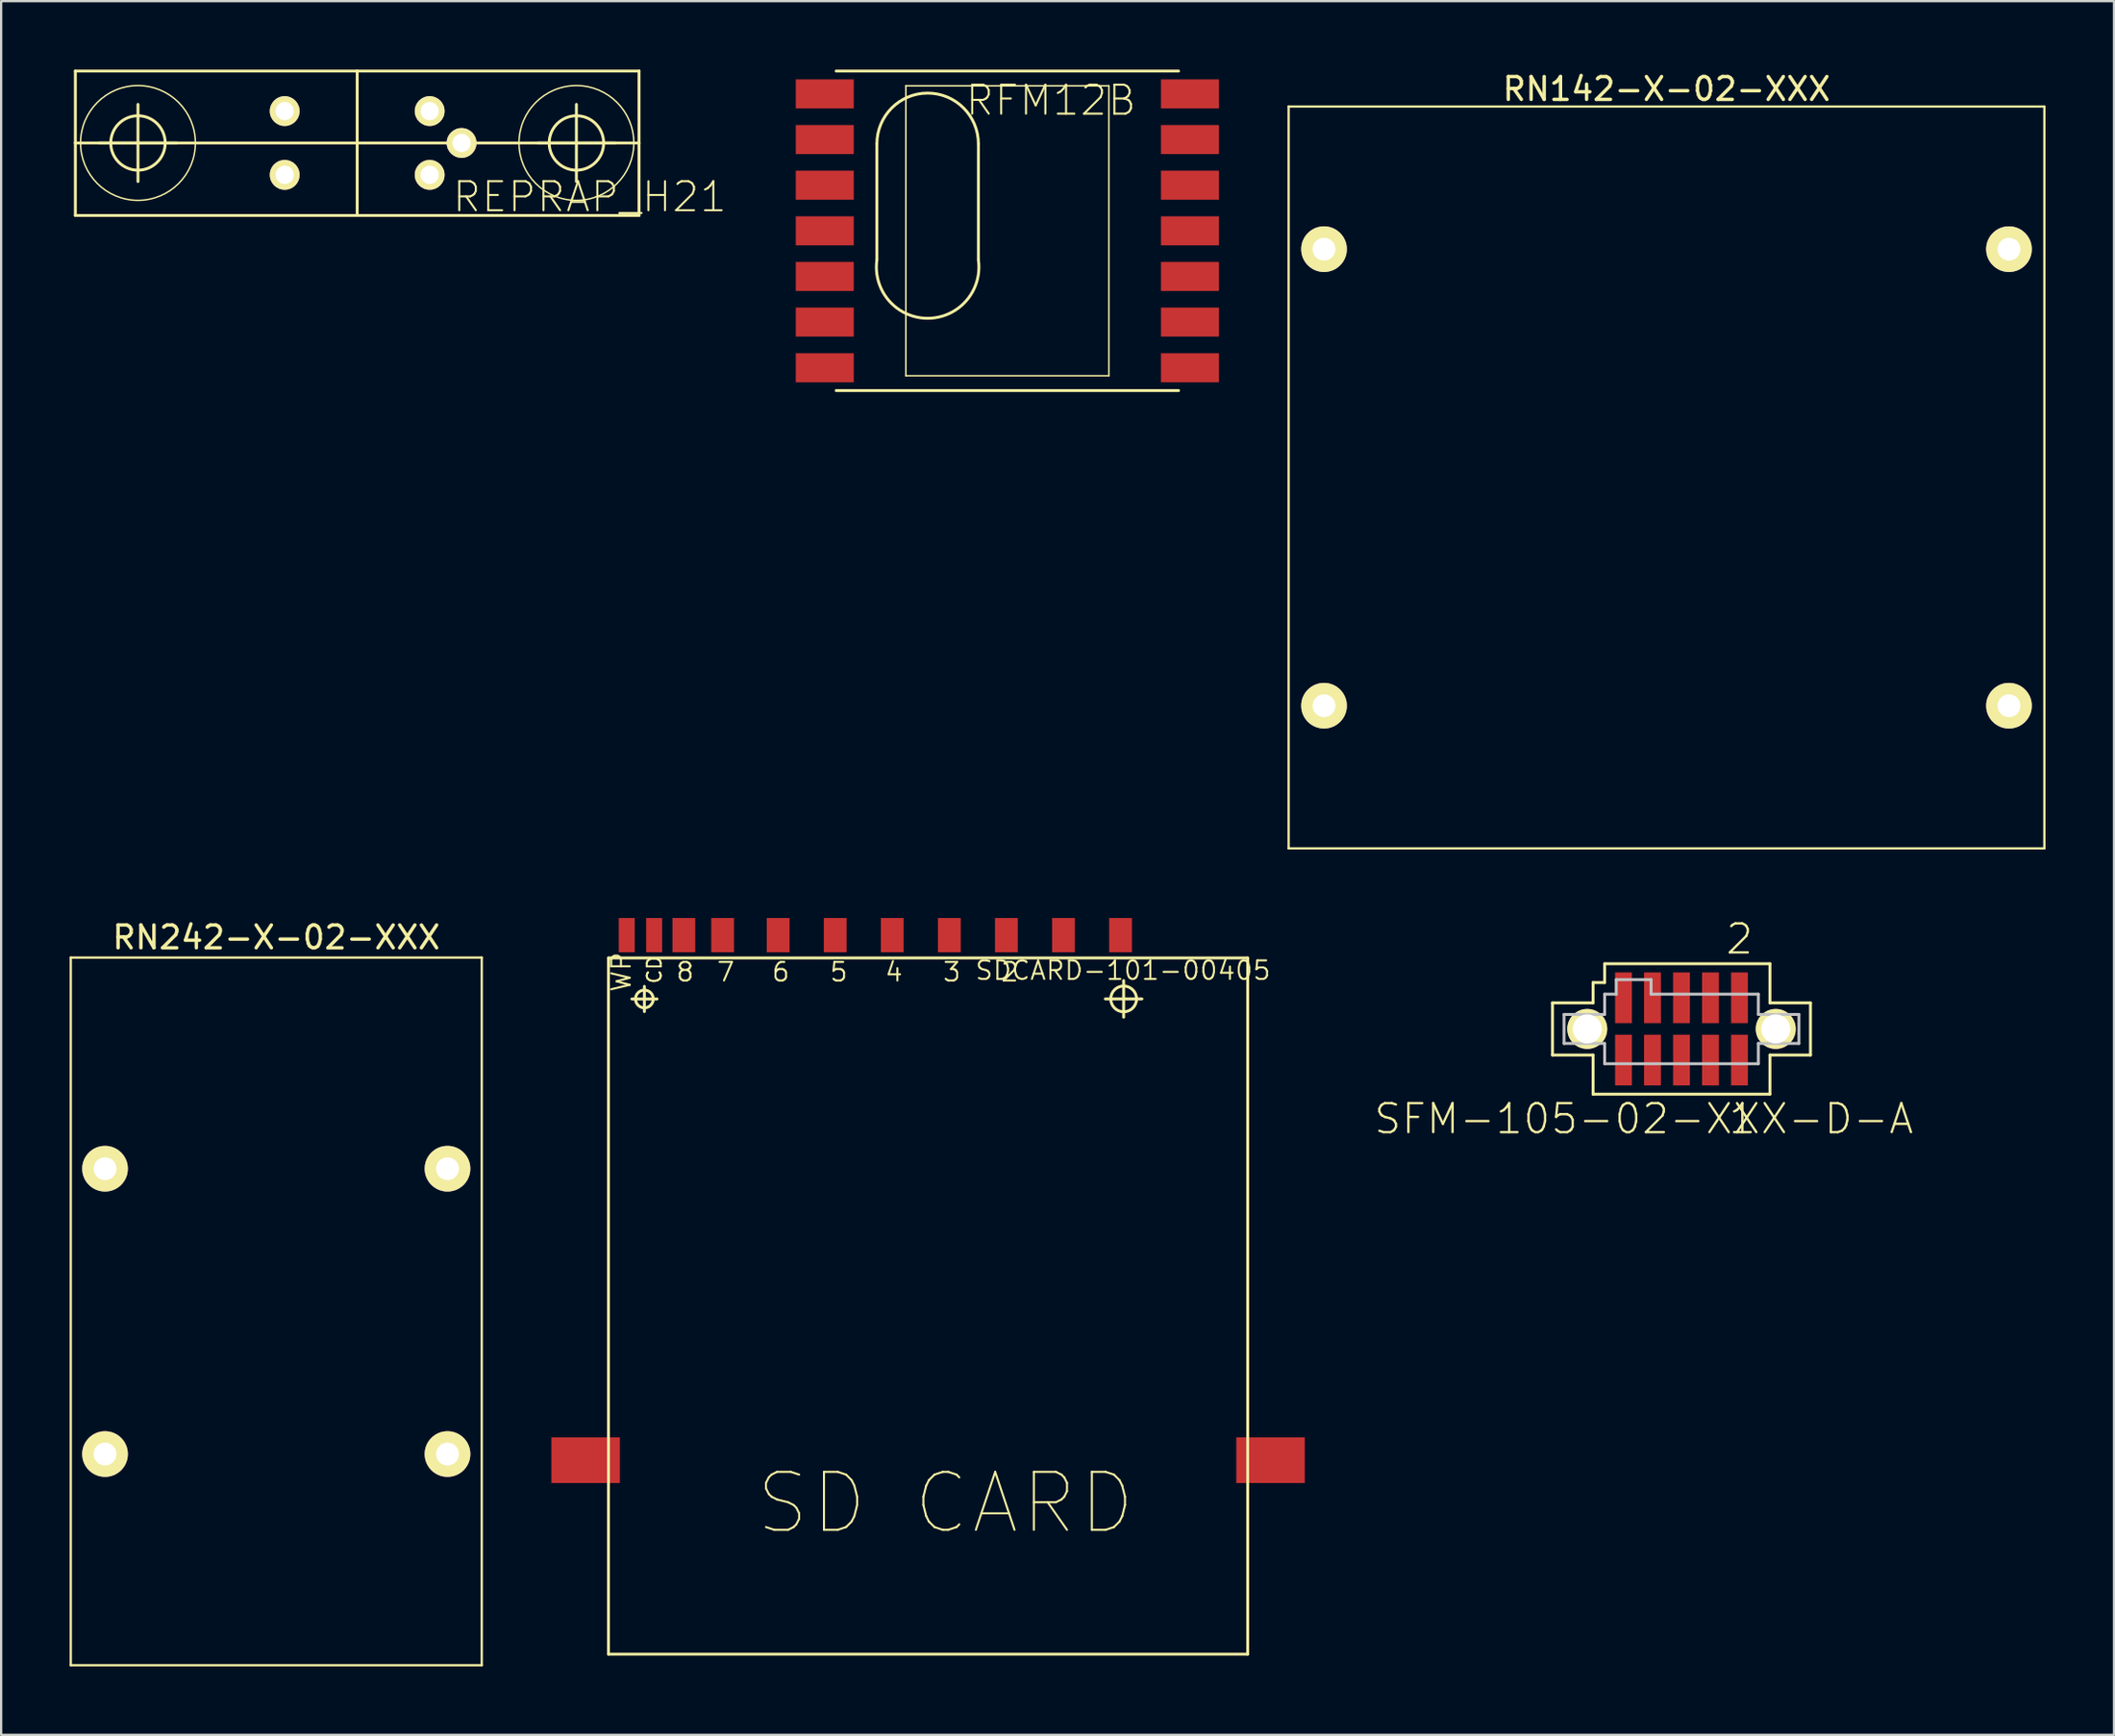
<source format=kicad_pcb>
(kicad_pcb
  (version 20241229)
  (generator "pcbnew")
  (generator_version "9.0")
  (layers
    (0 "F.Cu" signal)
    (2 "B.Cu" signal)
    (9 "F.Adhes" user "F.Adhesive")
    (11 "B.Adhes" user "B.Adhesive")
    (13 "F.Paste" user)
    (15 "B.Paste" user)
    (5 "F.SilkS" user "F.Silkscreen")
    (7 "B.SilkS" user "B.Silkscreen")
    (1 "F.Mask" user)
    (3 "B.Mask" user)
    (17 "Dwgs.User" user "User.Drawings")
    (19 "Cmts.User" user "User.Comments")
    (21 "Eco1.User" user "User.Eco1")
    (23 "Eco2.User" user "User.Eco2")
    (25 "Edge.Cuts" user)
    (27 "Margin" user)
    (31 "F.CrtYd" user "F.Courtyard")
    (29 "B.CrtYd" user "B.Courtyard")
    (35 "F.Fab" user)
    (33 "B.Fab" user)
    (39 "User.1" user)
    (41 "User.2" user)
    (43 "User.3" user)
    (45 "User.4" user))
  (footprint "RN242-X-02-XXX"
    (layer "F.Cu")
    (at 9.05 54.398)
    (property "Reference" "RN242-X-02-XXX" (at 0 -16.383 0) (layer "F.SilkS") (effects (font (size 1 1) (thickness 0.15))))
    (attr through_hole)
    (fp_line (start -9 -15.5) (end 9 -15.5) (stroke (width 0.1) (type solid)) (layer "F.SilkS"))
    (fp_line (start -9 15.5) (end -9 -15.5) (stroke (width 0.1) (type solid)) (layer "F.SilkS"))
    (fp_line (start -9 15.5) (end 9 15.5) (stroke (width 0.1) (type solid)) (layer "F.SilkS"))
    (fp_line (start 9 15.5) (end 9 -15.5) (stroke (width 0.1) (type solid)) (layer "F.SilkS"))
    (pad "1" thru_hole circle (at -7.5 -6.25) (size 2 2) (drill 1) (layers "*.Cu" "*.Mask" "F.SilkS"))
    (pad "2" thru_hole circle (at 7.5 -6.25) (size 2 2) (drill 1) (layers "*.Cu" "*.Mask" "F.SilkS"))
    (pad "3" thru_hole circle (at 7.5 6.25) (size 2 2) (drill 1) (layers "*.Cu" "*.Mask" "F.SilkS"))
    (pad "4" thru_hole circle (at -7.5 6.25) (size 2 2) (drill 1) (layers "*.Cu" "*.Mask" "F.SilkS")))
  (footprint "RFM12B"
    (layer "F.Cu")
    (at 41.072 7.061)
    (property "Reference" "RFM12B" (at 1.905 -5.715 0) (layer "F.SilkS") (effects (font (size 1.27 1.27) (thickness 0.089))))
    (attr smd)
    (fp_line (start -7.498 6.998) (end 7.498 6.998) (stroke (width 0.127) (type solid)) (layer "F.SilkS"))
    (fp_line (start -5.715 -3.81) (end -5.715 1.27) (stroke (width 0.127) (type solid)) (layer "F.SilkS"))
    (fp_line (start -4.445 -6.35) (end 4.445 -6.35) (stroke (width 0.066) (type solid)) (layer "F.SilkS"))
    (fp_line (start -4.445 6.35) (end -4.445 -6.35) (stroke (width 0.066) (type solid)) (layer "F.SilkS"))
    (fp_line (start -4.445 6.35) (end 4.445 6.35) (stroke (width 0.066) (type solid)) (layer "F.SilkS"))
    (fp_line (start -1.27 -3.81) (end -1.27 1.27) (stroke (width 0.127) (type solid)) (layer "F.SilkS"))
    (fp_line (start 4.445 6.35) (end 4.445 -6.35) (stroke (width 0.066) (type solid)) (layer "F.SilkS"))
    (fp_line (start 7.498 -6.998) (end -7.498 -6.998) (stroke (width 0.127) (type solid)) (layer "F.SilkS"))
    (fp_arc (start -5.715 -3.81) (mid -3.4925 -6.0325) (end -1.27 -3.81) (stroke (width 0.127) (type solid)) (layer "F.SilkS"))
    (fp_arc (start -1.27 1.27) (mid -3.49132 3.832564) (end -5.715332 1.272336) (stroke (width 0.127) (type solid)) (layer "F.SilkS"))
    (pad "ANT" smd rect (at 7.998 5.999) (size 2.54 1.27) (layers "F.Cu" "F.Mask" "F.Paste"))
    (pad "FFS" smd rect (at -7.998 -1.999) (size 2.54 1.27) (layers "F.Cu" "F.Mask" "F.Paste"))
    (pad "GND" smd rect (at 7.998 1.999) (size 2.54 1.27) (layers "F.Cu" "F.Mask" "F.Paste"))
    (pad "IRQ" smd rect (at -7.998 -3.998) (size 2.54 1.27) (layers "F.Cu" "F.Mask" "F.Paste"))
    (pad "P$8" smd rect (at -7.998 0) (size 2.54 1.27) (layers "F.Cu" "F.Mask" "F.Paste"))
    (pad "P$9" smd rect (at -7.998 1.999) (size 2.54 1.27) (layers "F.Cu" "F.Mask" "F.Paste"))
    (pad "P$10" smd rect (at -7.998 3.998) (size 2.54 1.27) (layers "F.Cu" "F.Mask" "F.Paste"))
    (pad "P$12" smd rect (at -7.998 5.999) (size 2.54 1.27) (layers "F.Cu" "F.Mask" "F.Paste"))
    (pad "P$16" smd rect (at 7.998 0) (size 2.54 1.27) (layers "F.Cu" "F.Mask" "F.Paste"))
    (pad "SCK" smd rect (at 7.998 -3.998) (size 2.54 1.27) (layers "F.Cu" "F.Mask" "F.Paste"))
    (pad "SDI" smd rect (at 7.998 -1.999) (size 2.54 1.27) (layers "F.Cu" "F.Mask" "F.Paste"))
    (pad "SDO" smd rect (at -7.998 -5.999) (size 2.54 1.27) (layers "F.Cu" "F.Mask" "F.Paste"))
    (pad "SEL" smd rect (at 7.998 -5.999) (size 2.54 1.27) (layers "F.Cu" "F.Mask" "F.Paste"))
    (pad "VDD" smd rect (at 7.998 3.998) (size 2.54 1.27) (layers "F.Cu" "F.Mask" "F.Paste")))
  (footprint "SDCARD-101-00405"
    (layer "F.Cu")
    (at 37.599 54.415)
    (property "Reference" "SDCARD-101-00405" (at 8.534 -14.953 0) (layer "F.SilkS") (effects (font (size 0.813 0.813) (thickness 0.089))))
    (attr smd)
    (fp_line (start -13.998 -15.499) (end -13.998 14.999) (stroke (width 0.127) (type solid)) (layer "F.SilkS"))
    (fp_line (start -13.998 14.999) (end 13.998 14.999) (stroke (width 0.127) (type solid)) (layer "F.SilkS"))
    (fp_line (start -12.974 -13.703) (end -11.874 -13.703) (stroke (width 0.127) (type solid)) (layer "F.SilkS"))
    (fp_line (start -12.426 -13.152) (end -12.426 -14.254) (stroke (width 0.127) (type solid)) (layer "F.SilkS"))
    (fp_line (start 7.765 -13.706) (end 9.365 -13.706) (stroke (width 0.127) (type solid)) (layer "F.SilkS"))
    (fp_line (start 8.565 -12.906) (end 8.565 -14.506) (stroke (width 0.127) (type solid)) (layer "F.SilkS"))
    (fp_line (start 13.998 -15.499) (end -13.998 -15.499) (stroke (width 0.127) (type solid)) (layer "F.SilkS"))
    (fp_line (start 13.998 14.999) (end 13.998 -15.499) (stroke (width 0.127) (type solid)) (layer "F.SilkS"))
    (fp_circle (center -12.426 -13.703) (end -12.7 -13.978) (stroke (width 0.127) (type solid)) (fill no) (layer "F.SilkS"))
    (fp_circle (center 8.565 -13.706) (end 8.964 -14.105) (stroke (width 0.127) (type solid)) (fill no) (layer "F.SilkS"))
    (fp_text user "5" (at -3.912 -14.884 0) (layer "F.SilkS") (effects (font (size 0.813 0.813) (thickness 0.089))))
    (fp_text user "8" (at -10.643 -14.884 0) (layer "F.SilkS") (effects (font (size 0.813 0.813) (thickness 0.089))))
    (fp_text user "WP" (at -13.437 -14.884 90) (layer "F.SilkS") (effects (font (size 0.813 0.813) (thickness 0.089))))
    (fp_text user "3" (at 1.041 -14.884 0) (layer "F.SilkS") (effects (font (size 0.813 0.813) (thickness 0.089))))
    (fp_text user "4" (at -1.499 -14.884 0) (layer "F.SilkS") (effects (font (size 0.813 0.813) (thickness 0.089))))
    (fp_text user "CD" (at -11.989 -14.986 90) (layer "F.SilkS") (effects (font (size 0.61 0.61) (thickness 0.089))))
    (fp_text user "2" (at 3.579 -14.884 0) (layer "F.SilkS") (effects (font (size 0.813 0.813) (thickness 0.089))))
    (fp_text user "7" (at -8.862 -14.884 0) (layer "F.SilkS") (effects (font (size 0.813 0.813) (thickness 0.089))))
    (fp_text user "SD CARD" (at 0.762 8.382 0) (layer "F.SilkS") (effects (font (size 2.54 2.54) (thickness 0.089))))
    (fp_text user "6" (at -6.452 -14.884 0) (layer "F.SilkS") (effects (font (size 0.813 0.813) (thickness 0.089))))
    (pad "1" smd rect (at 5.928 -16.5) (size 0.998 1.499) (layers "F.Cu" "F.Mask" "F.Paste"))
    (pad "2" smd rect (at 3.429 -16.5) (size 0.998 1.499) (layers "F.Cu" "F.Mask" "F.Paste"))
    (pad "3" smd rect (at 0.93 -16.5) (size 0.998 1.499) (layers "F.Cu" "F.Mask" "F.Paste"))
    (pad "4" smd rect (at -1.57 -16.5) (size 0.998 1.499) (layers "F.Cu" "F.Mask" "F.Paste"))
    (pad "5" smd rect (at -4.069 -16.5) (size 0.998 1.499) (layers "F.Cu" "F.Mask" "F.Paste"))
    (pad "6" smd rect (at -6.568 -16.5) (size 0.998 1.499) (layers "F.Cu" "F.Mask" "F.Paste"))
    (pad "7" smd rect (at -8.999 -16.5) (size 0.998 1.499) (layers "F.Cu" "F.Mask" "F.Paste"))
    (pad "8" smd rect (at -10.698 -16.5) (size 0.998 1.499) (layers "F.Cu" "F.Mask" "F.Paste"))
    (pad "9" smd rect (at 8.428 -16.5) (size 0.998 1.499) (layers "F.Cu" "F.Mask" "F.Paste"))
    (pad "CD" smd rect (at -11.999 -16.5) (size 0.699 1.499) (layers "F.Cu" "F.Mask" "F.Paste"))
    (pad "GND1" smd rect (at -14.999 6.502) (size 3 1.999) (layers "F.Cu" "F.Mask" "F.Paste"))
    (pad "GND2" smd rect (at 14.999 6.502) (size 3 1.999) (layers "F.Cu" "F.Mask" "F.Paste"))
    (pad "WP" smd rect (at -13.198 -16.5) (size 0.699 1.499) (layers "F.Cu" "F.Mask" "F.Paste")))
  (footprint "REPRAP_H21"
    (layer "F.Cu")
    (at 0.25 6.388)
    (property "Reference" "REPRAP_H21" (at 22.53 -0.813 0) (layer "F.SilkS") (effects (font (size 1.27 1.27) (thickness 0.089))))
    (attr exclude_from_pos_files exclude_from_bom)
    (fp_line (start 0 -6.325) (end 0 -3.175) (stroke (width 0.127) (type solid)) (layer "F.SilkS"))
    (fp_line (start 0 -3.175) (end 0 0) (stroke (width 0.127) (type solid)) (layer "F.SilkS"))
    (fp_line (start 0 -3.175) (end 12.344 -3.175) (stroke (width 0.127) (type solid)) (layer "F.SilkS"))
    (fp_line (start 0 0) (end 12.344 0) (stroke (width 0.127) (type solid)) (layer "F.SilkS"))
    (fp_line (start 1.054 -3.175) (end 4.43 -3.175) (stroke (width 0.127) (type solid)) (layer "F.SilkS"))
    (fp_line (start 2.743 -1.486) (end 2.743 -4.864) (stroke (width 0.127) (type solid)) (layer "F.SilkS"))
    (fp_line (start 12.344 -6.325) (end 0 -6.325) (stroke (width 0.127) (type solid)) (layer "F.SilkS"))
    (fp_line (start 12.344 -3.175) (end 12.344 -6.325) (stroke (width 0.127) (type solid)) (layer "F.SilkS"))
    (fp_line (start 12.344 -3.175) (end 24.689 -3.175) (stroke (width 0.127) (type solid)) (layer "F.SilkS"))
    (fp_line (start 12.344 0) (end 12.344 -3.175) (stroke (width 0.127) (type solid)) (layer "F.SilkS"))
    (fp_line (start 12.344 0) (end 24.689 0) (stroke (width 0.127) (type solid)) (layer "F.SilkS"))
    (fp_line (start 20.256 -3.175) (end 23.635 -3.175) (stroke (width 0.127) (type solid)) (layer "F.SilkS"))
    (fp_line (start 21.946 -1.486) (end 21.946 -4.864) (stroke (width 0.127) (type solid)) (layer "F.SilkS"))
    (fp_line (start 24.689 -6.325) (end 12.344 -6.325) (stroke (width 0.127) (type solid)) (layer "F.SilkS"))
    (fp_line (start 24.689 -3.175) (end 24.689 -6.325) (stroke (width 0.127) (type solid)) (layer "F.SilkS"))
    (fp_line (start 24.689 0) (end 24.689 -3.175) (stroke (width 0.127) (type solid)) (layer "F.SilkS"))
    (fp_circle (center 2.743 -3.175) (end 3.586 -4.018) (stroke (width 0.127) (type solid)) (fill no) (layer "F.SilkS"))
    (fp_circle (center 2.743 -3.175) (end 4.521 -4.953) (stroke (width 0.064) (type solid)) (fill no) (layer "F.SilkS"))
    (fp_circle (center 21.946 -3.175) (end 22.789 -4.018) (stroke (width 0.127) (type solid)) (fill no) (layer "F.SilkS"))
    (fp_circle (center 21.946 -3.175) (end 23.724 -4.953) (stroke (width 0.064) (type solid)) (fill no) (layer "F.SilkS"))
    (pad "1" thru_hole circle (at 9.169 -4.572) (size 1.306 1.306) (drill 0.798) (layers "*.Cu" "F.Mask" "F.SilkS" "F.Paste"))
    (pad "2" thru_hole circle (at 9.169 -1.778) (size 1.306 1.306) (drill 0.798) (layers "*.Cu" "F.Mask" "F.SilkS" "F.Paste"))
    (pad "3" thru_hole circle (at 15.519 -1.778) (size 1.306 1.306) (drill 0.798) (layers "*.Cu" "F.Mask" "F.SilkS" "F.Paste"))
    (pad "4" thru_hole circle (at 16.916 -3.175) (size 1.306 1.306) (drill 0.798) (layers "*.Cu" "F.Mask" "F.SilkS" "F.Paste"))
    (pad "5" thru_hole circle (at 15.519 -4.572) (size 1.306 1.306) (drill 0.798) (layers "*.Cu" "F.Mask" "F.SilkS" "F.Paste")))
  (footprint "SFM-105-02-XXX-D-A"
    (layer "F.Cu")
    (at 70.597 42.025)
    (property "Reference" "SFM-105-02-XXX-D-A" (at -1.651 3.937 0) (layer "F.SilkS") (effects (font (size 1.27 1.27) (thickness 0.102))))
    (attr smd)
    (fp_line (start -5.649 -1.143) (end -3.873 -1.143) (stroke (width 0.127) (type solid)) (layer "F.SilkS"))
    (fp_line (start -5.649 1.143) (end -5.649 -1.143) (stroke (width 0.127) (type solid)) (layer "F.SilkS"))
    (fp_line (start -4.839 0) (end -3.416 0) (stroke (width 0.127) (type solid)) (layer "F.SilkS"))
    (fp_line (start -4.128 0.711) (end -4.128 -0.711) (stroke (width 0.127) (type solid)) (layer "F.SilkS"))
    (fp_line (start -3.873 -2.032) (end -3.365 -2.032) (stroke (width 0.127) (type solid)) (layer "F.SilkS"))
    (fp_line (start -3.873 -1.143) (end -3.873 -2.032) (stroke (width 0.127) (type solid)) (layer "F.SilkS"))
    (fp_line (start -3.873 1.143) (end -5.649 1.143) (stroke (width 0.127) (type solid)) (layer "F.SilkS"))
    (fp_line (start -3.873 2.857) (end -3.873 1.143) (stroke (width 0.127) (type solid)) (layer "F.SilkS"))
    (fp_line (start -3.365 -2.857) (end 3.873 -2.857) (stroke (width 0.127) (type solid)) (layer "F.SilkS"))
    (fp_line (start -3.365 -2.032) (end -3.365 -2.857) (stroke (width 0.127) (type solid)) (layer "F.SilkS"))
    (fp_line (start 3.416 0) (end 4.839 0) (stroke (width 0.127) (type solid)) (layer "F.SilkS"))
    (fp_line (start 3.873 -2.857) (end 3.873 -1.143) (stroke (width 0.127) (type solid)) (layer "F.SilkS"))
    (fp_line (start 3.873 -1.143) (end 5.649 -1.143) (stroke (width 0.127) (type solid)) (layer "F.SilkS"))
    (fp_line (start 3.873 1.143) (end 3.873 2.857) (stroke (width 0.127) (type solid)) (layer "F.SilkS"))
    (fp_line (start 3.873 2.857) (end -3.873 2.857) (stroke (width 0.127) (type solid)) (layer "F.SilkS"))
    (fp_line (start 4.128 0.711) (end 4.128 -0.711) (stroke (width 0.127) (type solid)) (layer "F.SilkS"))
    (fp_line (start 5.649 -1.143) (end 5.649 1.143) (stroke (width 0.127) (type solid)) (layer "F.SilkS"))
    (fp_line (start 5.649 1.143) (end 3.873 1.143) (stroke (width 0.127) (type solid)) (layer "F.SilkS"))
    (fp_circle (center -4.128 0) (end -4.483 0.356) (stroke (width 0.127) (type solid)) (fill no) (layer "F.SilkS"))
    (fp_circle (center 4.128 0) (end 4.483 0.356) (stroke (width 0.127) (type solid)) (fill no) (layer "F.SilkS"))
    (fp_line (start -5.144 -0.635) (end -3.365 -0.635) (stroke (width 0.127) (type solid)) (layer "Dwgs.User"))
    (fp_line (start -5.144 0.635) (end -5.144 -0.635) (stroke (width 0.127) (type solid)) (layer "Dwgs.User"))
    (fp_line (start -3.365 -1.524) (end -2.857 -1.524) (stroke (width 0.127) (type solid)) (layer "Dwgs.User"))
    (fp_line (start -3.365 -0.635) (end -3.365 -1.524) (stroke (width 0.127) (type solid)) (layer "Dwgs.User"))
    (fp_line (start -3.365 0.635) (end -5.144 0.635) (stroke (width 0.127) (type solid)) (layer "Dwgs.User"))
    (fp_line (start -3.365 1.524) (end -3.365 0.635) (stroke (width 0.127) (type solid)) (layer "Dwgs.User"))
    (fp_line (start -2.857 -2.159) (end -1.333 -2.159) (stroke (width 0.127) (type solid)) (layer "Dwgs.User"))
    (fp_line (start -2.857 -1.524) (end -2.857 -2.159) (stroke (width 0.127) (type solid)) (layer "Dwgs.User"))
    (fp_line (start -1.333 -2.159) (end -1.333 -1.524) (stroke (width 0.127) (type solid)) (layer "Dwgs.User"))
    (fp_line (start -1.333 -1.524) (end 3.365 -1.524) (stroke (width 0.127) (type solid)) (layer "Dwgs.User"))
    (fp_line (start 3.365 -1.524) (end 3.365 -0.635) (stroke (width 0.127) (type solid)) (layer "Dwgs.User"))
    (fp_line (start 3.365 -0.635) (end 5.144 -0.635) (stroke (width 0.127) (type solid)) (layer "Dwgs.User"))
    (fp_line (start 3.365 0.635) (end 3.365 1.524) (stroke (width 0.127) (type solid)) (layer "Dwgs.User"))
    (fp_line (start 3.365 1.524) (end -3.365 1.524) (stroke (width 0.127) (type solid)) (layer "Dwgs.User"))
    (fp_line (start 5.144 -0.635) (end 5.144 0.635) (stroke (width 0.127) (type solid)) (layer "Dwgs.User"))
    (fp_line (start 5.144 0.635) (end 3.365 0.635) (stroke (width 0.127) (type solid)) (layer "Dwgs.User"))
    (fp_text user "2" (at 2.54 -3.937 0) (layer "F.SilkS") (effects (font (size 1.27 1.27) (thickness 0.102))))
    (fp_text user "1" (at 2.667 3.937 0) (layer "F.SilkS") (effects (font (size 1.27 1.27) (thickness 0.102))))
    (pad "" thru_hole circle (at -4.128 0) (size 1.75 1.75) (drill 1.27) (layers "*.Cu" "*.Mask" "F.SilkS"))
    (pad "" thru_hole circle (at 4.128 0) (size 1.75 1.75) (drill 1.27) (layers "*.Cu" "*.Mask" "F.SilkS"))
    (pad "1" smd rect (at 2.54 1.364) (size 0.737 2.22) (layers "F.Cu" "F.Mask" "F.Paste"))
    (pad "2" smd rect (at 2.54 -1.364) (size 0.737 2.22) (layers "F.Cu" "F.Mask" "F.Paste"))
    (pad "3" smd rect (at 1.27 1.364) (size 0.737 2.22) (layers "F.Cu" "F.Mask" "F.Paste"))
    (pad "4" smd rect (at 1.27 -1.364) (size 0.737 2.22) (layers "F.Cu" "F.Mask" "F.Paste"))
    (pad "5" smd rect (at 0 1.364) (size 0.737 2.22) (layers "F.Cu" "F.Mask" "F.Paste"))
    (pad "6" smd rect (at 0 -1.364) (size 0.737 2.22) (layers "F.Cu" "F.Mask" "F.Paste"))
    (pad "7" smd rect (at -1.27 1.364) (size 0.737 2.22) (layers "F.Cu" "F.Mask" "F.Paste"))
    (pad "8" smd rect (at -1.27 -1.364) (size 0.737 2.22) (layers "F.Cu" "F.Mask" "F.Paste"))
    (pad "9" smd rect (at -2.54 1.364) (size 0.737 2.22) (layers "F.Cu" "F.Mask" "F.Paste"))
    (pad "10" smd rect (at -2.54 -1.364) (size 0.737 2.22) (layers "F.Cu" "F.Mask" "F.Paste")))
  (footprint "RN142-X-02-XXX"
    (layer "F.Cu")
    (at 69.94 17.866)
    (property "Reference" "RN142-X-02-XXX" (at 0 -17.018 0) (layer "F.SilkS") (effects (font (size 1 1) (thickness 0.15))))
    (attr through_hole)
    (fp_line (start -16.55 -16.25) (end 16.55 -16.25) (stroke (width 0.1) (type solid)) (layer "F.SilkS"))
    (fp_line (start -16.55 16.25) (end -16.55 -16.25) (stroke (width 0.1) (type solid)) (layer "F.SilkS"))
    (fp_line (start -16.55 16.25) (end 16.55 16.25) (stroke (width 0.1) (type solid)) (layer "F.SilkS"))
    (fp_line (start 16.55 16.25) (end 16.55 -16.25) (stroke (width 0.1) (type solid)) (layer "F.SilkS"))
    (pad "1" thru_hole circle (at -15 -10) (size 2 2) (drill 1) (layers "*.Cu" "*.Mask" "F.SilkS"))
    (pad "2" thru_hole circle (at 15 -10) (size 2 2) (drill 1) (layers "*.Cu" "*.Mask" "F.SilkS"))
    (pad "3" thru_hole circle (at 15 10) (size 2 2) (drill 1) (layers "*.Cu" "*.Mask" "F.SilkS"))
    (pad "4" thru_hole circle (at -15 10) (size 2 2) (drill 1) (layers "*.Cu" "*.Mask" "F.SilkS")))
  (gr_rect
    (start -3 -3)
    (end 89.54 72.948)
    (stroke (width 0.1) (type default))
    (fill no)
    (layer "Edge.Cuts")))
</source>
